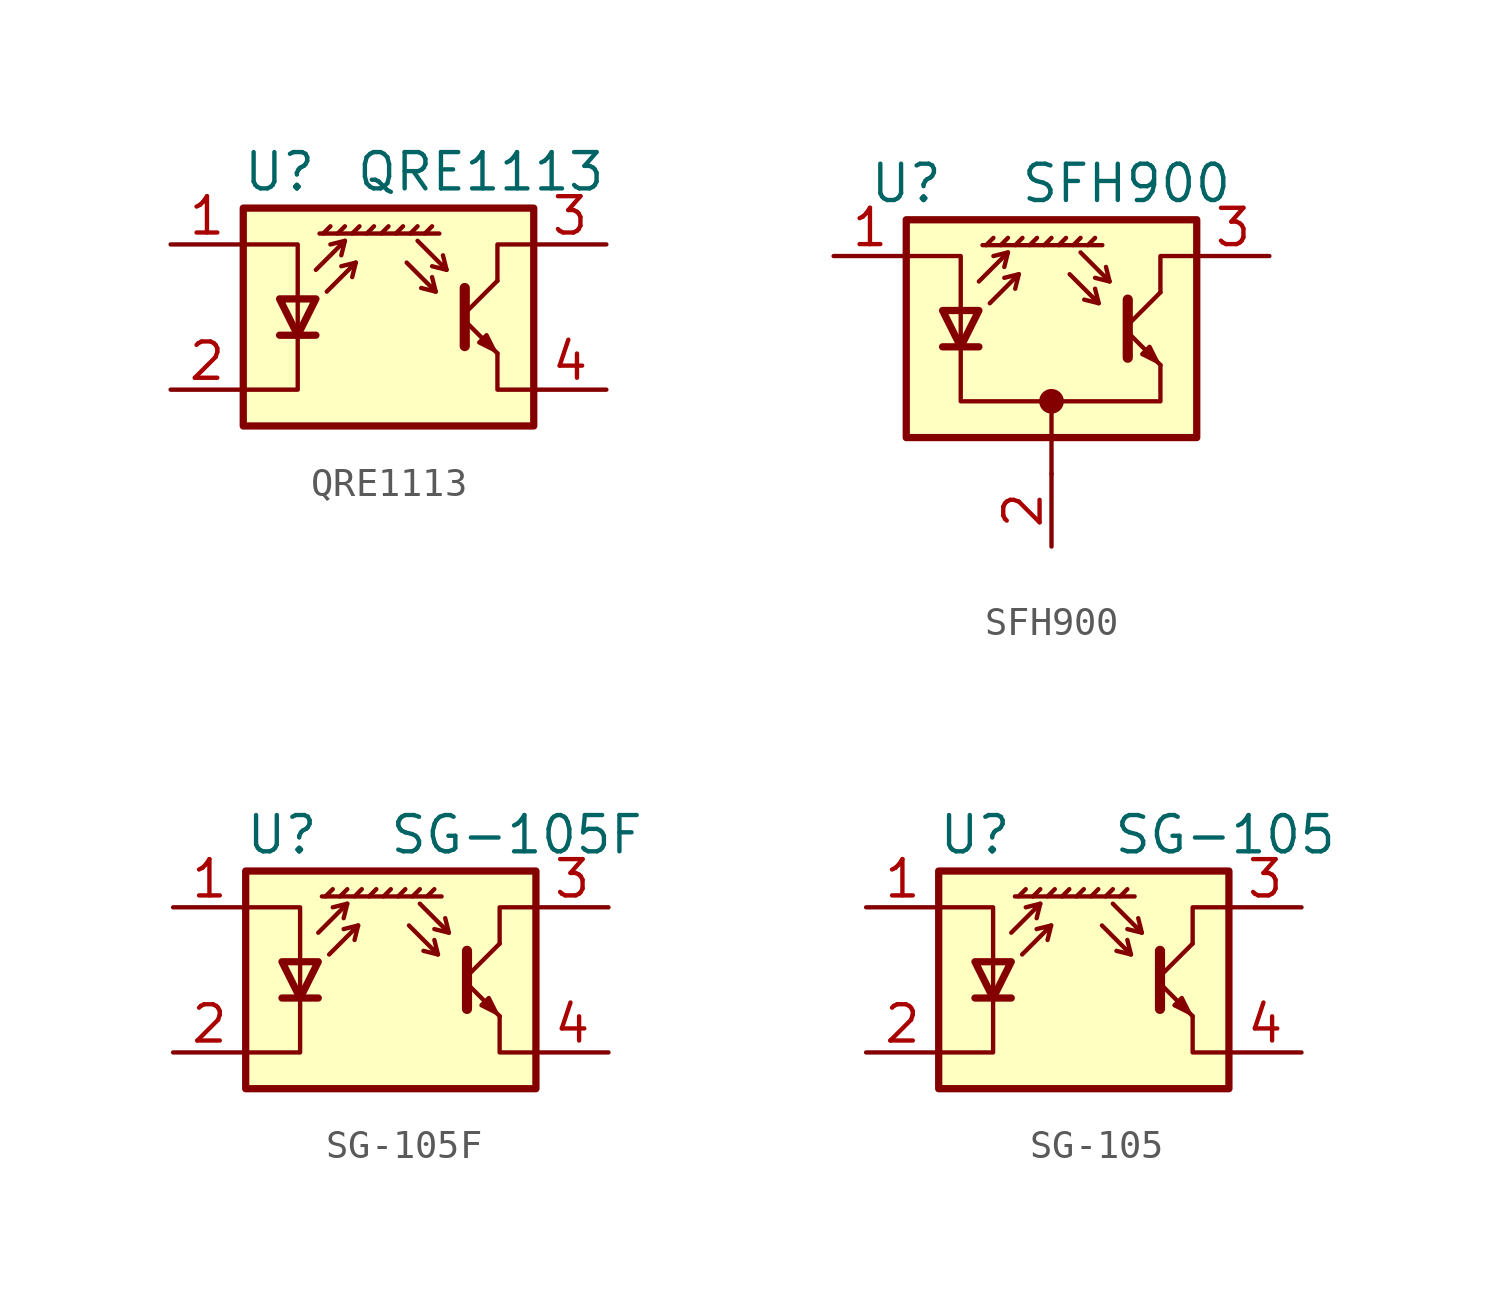
<source format=kicad_sym>
(kicad_symbol_lib
  (version 20201005)
  (generator kicad_symbol_editor)
  (symbol "QRE1113"
    (pin_names
      (offset 0.025) hide)
    (property "Reference" "U"
      (at -3.81 5.08 0)
      (effects (font (size 1.27 1.27))))
    (property "Value" "QRE1113"
      (at 7.62 5.08 0)
      (effects (font (size 1.27 1.27)) (justify right)))
    (symbol "QRE1113_0_1"
      (polyline (pts (xy -3.81 -0.635) (xy -2.54 -0.635)) (stroke (width 0.254)) (fill (type none)))
      (polyline (pts (xy -2.286 2.921) (xy -2.032 3.175)) (stroke (width 0)) (fill (type none)))
      (polyline (pts (xy -1.778 2.921) (xy -1.524 3.175)) (stroke (width 0)) (fill (type none)))
      (polyline (pts (xy -1.524 2.667) (xy -1.651 2.159)) (stroke (width 0)) (fill (type none)))
      (polyline (pts (xy -1.27 2.921) (xy -1.016 3.175)) (stroke (width 0)) (fill (type none)))
      (polyline (pts (xy -1.143 1.905) (xy -1.27 1.397)) (stroke (width 0)) (fill (type none)))
      (polyline (pts (xy -0.762 2.921) (xy -0.508 3.175)) (stroke (width 0)) (fill (type none)))
      (polyline (pts (xy -0.254 2.921) (xy 0 3.175)) (stroke (width 0)) (fill (type none)))
      (polyline (pts (xy 0.254 2.921) (xy 0.508 3.175)) (stroke (width 0)) (fill (type none)))
      (polyline (pts (xy 0.762 2.921) (xy 1.016 3.175)) (stroke (width 0)) (fill (type none)))
      (polyline (pts (xy 1.27 2.921) (xy 1.524 3.175)) (stroke (width 0)) (fill (type none)))
      (polyline (pts (xy 1.651 0.889) (xy 1.143 1.016)) (stroke (width 0)) (fill (type none)))
      (polyline (pts (xy 1.778 2.921) (xy -2.413 2.921)) (stroke (width 0)) (fill (type none)))
      (polyline (pts (xy 2.032 1.651) (xy 1.524 1.778)) (stroke (width 0)) (fill (type none)))
      (polyline (pts (xy 2.667 -0.127) (xy 3.81 -1.27)) (stroke (width 0)) (fill (type none)))
      (polyline (pts (xy 2.667 0.127) (xy 3.81 1.27)) (stroke (width 0)) (fill (type none)))
      (polyline (pts (xy -2.54 1.651) (xy -1.524 2.667) (xy -2.032 2.54)) (stroke (width 0)) (fill (type none)))
      (polyline (pts (xy -2.159 0.889) (xy -1.143 1.905) (xy -1.651 1.778)) (stroke (width 0)) (fill (type none)))
      (polyline (pts (xy 0.635 1.905) (xy 1.651 0.889) (xy 1.524 1.397)) (stroke (width 0)) (fill (type none)))
      (polyline (pts (xy 1.016 2.667) (xy 2.032 1.651) (xy 1.905 2.159)) (stroke (width 0)) (fill (type none)))
      (polyline (pts (xy 2.667 1.016) (xy 2.667 -1.016) (xy 2.667 -1.016)) (stroke (width 0.356)) (fill (type none)))
      (polyline (pts (xy 3.81 -1.27) (xy 3.81 -2.54) (xy 5.08 -2.54)) (stroke (width 0)) (fill (type none)))
      (polyline (pts (xy 3.81 1.27) (xy 3.81 2.54) (xy 5.08 2.54)) (stroke (width 0)) (fill (type none)))
      (polyline (pts (xy -5.08 -2.54) (xy -3.175 -2.54) (xy -3.175 2.54) (xy -5.08 2.54)) (stroke (width 0)) (fill (type none)))
      (polyline (pts (xy -3.175 -0.635) (xy -3.81 0.635) (xy -2.54 0.635) (xy -3.175 -0.635)) (stroke (width 0.254)) (fill (type none)))
      (polyline (pts (xy 3.683 -1.143) (xy 3.429 -0.635) (xy 3.175 -0.889) (xy 3.683 -1.143)) (stroke (width 0)) (fill (type none)))
      (polyline (pts (xy -5.08 -3.81) (xy 5.08 -3.81) (xy 5.08 3.81) (xy -5.08 3.81) (xy -5.08 -3.81)) (stroke (width 0.254)) (fill (type background))))
    (symbol "QRE1113_1_1"
      (pin passive line (at -7.62 2.54 0) (length 2.54) (name "A" (effects (font (size 1.27 1.27)))) (number "1" (effects (font (size 1.27 1.27)))))
      (pin passive line (at -7.62 -2.54 0) (length 2.54) (name "K" (effects (font (size 1.27 1.27)))) (number "2" (effects (font (size 1.27 1.27)))))
      (pin open_collector line (at 7.62 2.54 180) (length 2.54) (name "~" (effects (font (size 1.27 1.27)))) (number "3" (effects (font (size 1.27 1.27)))))
      (pin open_emitter line (at 7.62 -2.54 180) (length 2.54) (name "~" (effects (font (size 1.27 1.27)))) (number "4" (effects (font (size 1.27 1.27)))))))
  (symbol "SFH900"
    (pin_names
      (offset 1.016) hide)
    (property "Reference" "U"
      (at -5.08 5.08 0)
      (effects (font (size 1.27 1.27))))
    (property "Value" "SFH900"
      (at 6.35 5.08 0)
      (effects (font (size 1.27 1.27)) (justify right)))
    (symbol "SFH900_0_1"
      (circle (center 0 -2.54) (radius 0.356) (stroke (width 0)) (fill (type outline)))
      (polyline (pts (xy -3.81 -0.635) (xy -2.54 -0.635)) (stroke (width 0.254)) (fill (type none)))
      (polyline (pts (xy -2.286 2.921) (xy -2.032 3.175)) (stroke (width 0)) (fill (type none)))
      (polyline (pts (xy -1.778 2.921) (xy -1.524 3.175)) (stroke (width 0)) (fill (type none)))
      (polyline (pts (xy -1.524 2.667) (xy -1.651 2.159)) (stroke (width 0)) (fill (type none)))
      (polyline (pts (xy -1.27 2.921) (xy -1.016 3.175)) (stroke (width 0)) (fill (type none)))
      (polyline (pts (xy -1.143 1.905) (xy -1.27 1.397)) (stroke (width 0)) (fill (type none)))
      (polyline (pts (xy -0.762 2.921) (xy -0.508 3.175)) (stroke (width 0)) (fill (type none)))
      (polyline (pts (xy -0.254 2.921) (xy 0 3.175)) (stroke (width 0)) (fill (type none)))
      (polyline (pts (xy 0 -2.54) (xy 0 -5.08)) (stroke (width 0)) (fill (type none)))
      (polyline (pts (xy 0.254 2.921) (xy 0.508 3.175)) (stroke (width 0)) (fill (type none)))
      (polyline (pts (xy 0.762 2.921) (xy 1.016 3.175)) (stroke (width 0)) (fill (type none)))
      (polyline (pts (xy 1.27 2.921) (xy 1.524 3.175)) (stroke (width 0)) (fill (type none)))
      (polyline (pts (xy 1.651 0.889) (xy 1.143 1.016)) (stroke (width 0)) (fill (type none)))
      (polyline (pts (xy 1.778 2.921) (xy -2.413 2.921)) (stroke (width 0)) (fill (type none)))
      (polyline (pts (xy 2.032 1.651) (xy 1.524 1.778)) (stroke (width 0)) (fill (type none)))
      (polyline (pts (xy 2.667 -0.127) (xy 3.81 -1.27)) (stroke (width 0)) (fill (type none)))
      (polyline (pts (xy 2.667 0.127) (xy 3.81 1.27)) (stroke (width 0)) (fill (type none)))
      (polyline (pts (xy -2.54 1.651) (xy -1.524 2.667) (xy -2.032 2.54)) (stroke (width 0)) (fill (type none)))
      (polyline (pts (xy -2.159 0.889) (xy -1.143 1.905) (xy -1.651 1.778)) (stroke (width 0)) (fill (type none)))
      (polyline (pts (xy 0.635 1.905) (xy 1.651 0.889) (xy 1.524 1.397)) (stroke (width 0)) (fill (type none)))
      (polyline (pts (xy 1.016 2.667) (xy 2.032 1.651) (xy 1.905 2.159)) (stroke (width 0)) (fill (type none)))
      (polyline (pts (xy 2.667 1.016) (xy 2.667 -1.016) (xy 2.667 -1.016)) (stroke (width 0.356)) (fill (type none)))
      (polyline (pts (xy 3.81 1.27) (xy 3.81 2.54) (xy 5.08 2.54)) (stroke (width 0)) (fill (type none)))
      (polyline (pts (xy -3.175 -0.635) (xy -3.81 0.635) (xy -2.54 0.635) (xy -3.175 -0.635)) (stroke (width 0.254)) (fill (type none)))
      (polyline (pts (xy 3.683 -1.143) (xy 3.429 -0.635) (xy 3.175 -0.889) (xy 3.683 -1.143)) (stroke (width 0)) (fill (type none)))
      (polyline (pts (xy -5.08 -3.81) (xy 5.08 -3.81) (xy 5.08 3.81) (xy -5.08 3.81) (xy -5.08 -3.81)) (stroke (width 0.254)) (fill (type background)))
      (polyline (pts (xy -5.08 2.54) (xy -3.175 2.54) (xy -3.175 -2.54) (xy 3.81 -2.54) (xy 3.81 -1.27)) (stroke (width 0)) (fill (type none))))
    (symbol "SFH900_1_1"
      (pin passive line (at -7.62 2.54 0) (length 2.54) (name "A" (effects (font (size 1.27 1.27)))) (number "1" (effects (font (size 1.27 1.27)))))
      (pin passive line (at 0 -7.62 90) (length 2.54) (name "K" (effects (font (size 1.27 1.27)))) (number "2" (effects (font (size 1.27 1.27)))))
      (pin open_collector line (at 7.62 2.54 180) (length 2.54) (name "C" (effects (font (size 1.27 1.27)))) (number "3" (effects (font (size 1.27 1.27)))))))
  (symbol "SG-105F"
    (pin_names
      (offset 1.016) hide)
    (property "Reference" "U"
      (at -3.81 5.08 0)
      (effects (font (size 1.27 1.27))))
    (property "Value" "SG-105F"
      (at 8.89 5.08 0)
      (effects (font (size 1.27 1.27)) (justify right)))
    (symbol "SG-105F_0_1"
      (polyline (pts (xy -3.81 -0.635) (xy -2.54 -0.635)) (stroke (width 0.254)) (fill (type none)))
      (polyline (pts (xy -2.286 2.921) (xy -2.032 3.175)) (stroke (width 0)) (fill (type none)))
      (polyline (pts (xy -1.778 2.921) (xy -1.524 3.175)) (stroke (width 0)) (fill (type none)))
      (polyline (pts (xy -1.524 2.667) (xy -1.651 2.159)) (stroke (width 0)) (fill (type none)))
      (polyline (pts (xy -1.27 2.921) (xy -1.016 3.175)) (stroke (width 0)) (fill (type none)))
      (polyline (pts (xy -1.143 1.905) (xy -1.27 1.397)) (stroke (width 0)) (fill (type none)))
      (polyline (pts (xy -0.762 2.921) (xy -0.508 3.175)) (stroke (width 0)) (fill (type none)))
      (polyline (pts (xy -0.254 2.921) (xy 0 3.175)) (stroke (width 0)) (fill (type none)))
      (polyline (pts (xy 0.254 2.921) (xy 0.508 3.175)) (stroke (width 0)) (fill (type none)))
      (polyline (pts (xy 0.762 2.921) (xy 1.016 3.175)) (stroke (width 0)) (fill (type none)))
      (polyline (pts (xy 1.27 2.921) (xy 1.524 3.175)) (stroke (width 0)) (fill (type none)))
      (polyline (pts (xy 1.651 0.889) (xy 1.143 1.016)) (stroke (width 0)) (fill (type none)))
      (polyline (pts (xy 1.778 2.921) (xy -2.413 2.921)) (stroke (width 0)) (fill (type none)))
      (polyline (pts (xy 2.032 1.651) (xy 1.524 1.778)) (stroke (width 0)) (fill (type none)))
      (polyline (pts (xy 2.667 -0.127) (xy 3.81 -1.27)) (stroke (width 0)) (fill (type none)))
      (polyline (pts (xy 2.667 0.127) (xy 3.81 1.27)) (stroke (width 0)) (fill (type none)))
      (polyline (pts (xy -2.54 1.651) (xy -1.524 2.667) (xy -2.032 2.54)) (stroke (width 0)) (fill (type none)))
      (polyline (pts (xy -2.159 0.889) (xy -1.143 1.905) (xy -1.651 1.778)) (stroke (width 0)) (fill (type none)))
      (polyline (pts (xy 0.635 1.905) (xy 1.651 0.889) (xy 1.524 1.397)) (stroke (width 0)) (fill (type none)))
      (polyline (pts (xy 1.016 2.667) (xy 2.032 1.651) (xy 1.905 2.159)) (stroke (width 0)) (fill (type none)))
      (polyline (pts (xy 2.667 1.016) (xy 2.667 -1.016) (xy 2.667 -1.016)) (stroke (width 0.356)) (fill (type none)))
      (polyline (pts (xy 3.81 -1.27) (xy 3.81 -2.54) (xy 5.08 -2.54)) (stroke (width 0)) (fill (type none)))
      (polyline (pts (xy 3.81 1.27) (xy 3.81 2.54) (xy 5.08 2.54)) (stroke (width 0)) (fill (type none)))
      (polyline (pts (xy -5.08 -2.54) (xy -3.175 -2.54) (xy -3.175 2.54) (xy -5.08 2.54)) (stroke (width 0)) (fill (type none)))
      (polyline (pts (xy -3.175 -0.635) (xy -3.81 0.635) (xy -2.54 0.635) (xy -3.175 -0.635)) (stroke (width 0.254)) (fill (type none)))
      (polyline (pts (xy 3.683 -1.143) (xy 3.429 -0.635) (xy 3.175 -0.889) (xy 3.683 -1.143)) (stroke (width 0)) (fill (type none)))
      (polyline (pts (xy -5.08 -3.81) (xy 5.08 -3.81) (xy 5.08 3.81) (xy -5.08 3.81) (xy -5.08 -3.81)) (stroke (width 0.254)) (fill (type background))))
    (symbol "SG-105F_1_1"
      (pin passive line (at -7.62 2.54 0) (length 2.54) (name "A" (effects (font (size 1.27 1.27)))) (number "1" (effects (font (size 1.27 1.27)))))
      (pin passive line (at -7.62 -2.54 0) (length 2.54) (name "K" (effects (font (size 1.27 1.27)))) (number "2" (effects (font (size 1.27 1.27)))))
      (pin open_collector line (at 7.62 2.54 180) (length 2.54) (name "C" (effects (font (size 1.27 1.27)))) (number "3" (effects (font (size 1.27 1.27)))))
      (pin open_emitter line (at 7.62 -2.54 180) (length 2.54) (name "E" (effects (font (size 1.27 1.27)))) (number "4" (effects (font (size 1.27 1.27)))))))
  (symbol "SG-105"
    (pin_names
      (offset 1.016) hide)
    (property "Reference" "U"
      (at -3.81 5.08 0)
      (effects (font (size 1.27 1.27))))
    (property "Value" "SG-105"
      (at 8.89 5.08 0)
      (effects (font (size 1.27 1.27)) (justify right)))
    (symbol "SG-105_0_1"
      (polyline (pts (xy -3.81 -0.635) (xy -2.54 -0.635)) (stroke (width 0.254)) (fill (type none)))
      (polyline (pts (xy -2.286 2.921) (xy -2.032 3.175)) (stroke (width 0)) (fill (type none)))
      (polyline (pts (xy -1.778 2.921) (xy -1.524 3.175)) (stroke (width 0)) (fill (type none)))
      (polyline (pts (xy -1.524 2.667) (xy -1.651 2.159)) (stroke (width 0)) (fill (type none)))
      (polyline (pts (xy -1.27 2.921) (xy -1.016 3.175)) (stroke (width 0)) (fill (type none)))
      (polyline (pts (xy -1.143 1.905) (xy -1.27 1.397)) (stroke (width 0)) (fill (type none)))
      (polyline (pts (xy -0.762 2.921) (xy -0.508 3.175)) (stroke (width 0)) (fill (type none)))
      (polyline (pts (xy -0.254 2.921) (xy 0 3.175)) (stroke (width 0)) (fill (type none)))
      (polyline (pts (xy 0.254 2.921) (xy 0.508 3.175)) (stroke (width 0)) (fill (type none)))
      (polyline (pts (xy 0.762 2.921) (xy 1.016 3.175)) (stroke (width 0)) (fill (type none)))
      (polyline (pts (xy 1.27 2.921) (xy 1.524 3.175)) (stroke (width 0)) (fill (type none)))
      (polyline (pts (xy 1.651 0.889) (xy 1.143 1.016)) (stroke (width 0)) (fill (type none)))
      (polyline (pts (xy 1.778 2.921) (xy -2.413 2.921)) (stroke (width 0)) (fill (type none)))
      (polyline (pts (xy 2.032 1.651) (xy 1.524 1.778)) (stroke (width 0)) (fill (type none)))
      (polyline (pts (xy 2.667 -0.127) (xy 3.81 -1.27)) (stroke (width 0)) (fill (type none)))
      (polyline (pts (xy 2.667 0.127) (xy 3.81 1.27)) (stroke (width 0)) (fill (type none)))
      (polyline (pts (xy -2.54 1.651) (xy -1.524 2.667) (xy -2.032 2.54)) (stroke (width 0)) (fill (type none)))
      (polyline (pts (xy -2.159 0.889) (xy -1.143 1.905) (xy -1.651 1.778)) (stroke (width 0)) (fill (type none)))
      (polyline (pts (xy 0.635 1.905) (xy 1.651 0.889) (xy 1.524 1.397)) (stroke (width 0)) (fill (type none)))
      (polyline (pts (xy 1.016 2.667) (xy 2.032 1.651) (xy 1.905 2.159)) (stroke (width 0)) (fill (type none)))
      (polyline (pts (xy 2.667 1.016) (xy 2.667 -1.016) (xy 2.667 -1.016)) (stroke (width 0.356)) (fill (type none)))
      (polyline (pts (xy 3.81 -1.27) (xy 3.81 -2.54) (xy 5.08 -2.54)) (stroke (width 0)) (fill (type none)))
      (polyline (pts (xy 3.81 1.27) (xy 3.81 2.54) (xy 5.08 2.54)) (stroke (width 0)) (fill (type none)))
      (polyline (pts (xy -5.08 -2.54) (xy -3.175 -2.54) (xy -3.175 2.54) (xy -5.08 2.54)) (stroke (width 0)) (fill (type none)))
      (polyline (pts (xy -3.175 -0.635) (xy -3.81 0.635) (xy -2.54 0.635) (xy -3.175 -0.635)) (stroke (width 0.254)) (fill (type none)))
      (polyline (pts (xy 3.683 -1.143) (xy 3.429 -0.635) (xy 3.175 -0.889) (xy 3.683 -1.143)) (stroke (width 0)) (fill (type none)))
      (polyline (pts (xy -5.08 -3.81) (xy 5.08 -3.81) (xy 5.08 3.81) (xy -5.08 3.81) (xy -5.08 -3.81)) (stroke (width 0.254)) (fill (type background))))
    (symbol "SG-105_1_1"
      (pin passive line (at -7.62 2.54 0) (length 2.54) (name "A" (effects (font (size 1.27 1.27)))) (number "1" (effects (font (size 1.27 1.27)))))
      (pin passive line (at -7.62 -2.54 0) (length 2.54) (name "K" (effects (font (size 1.27 1.27)))) (number "2" (effects (font (size 1.27 1.27)))))
      (pin open_collector line (at 7.62 2.54 180) (length 2.54) (name "C" (effects (font (size 1.27 1.27)))) (number "3" (effects (font (size 1.27 1.27)))))
      (pin open_emitter line (at 7.62 -2.54 180) (length 2.54) (name "E" (effects (font (size 1.27 1.27)))) (number "4" (effects (font (size 1.27 1.27))))))))
</source>
